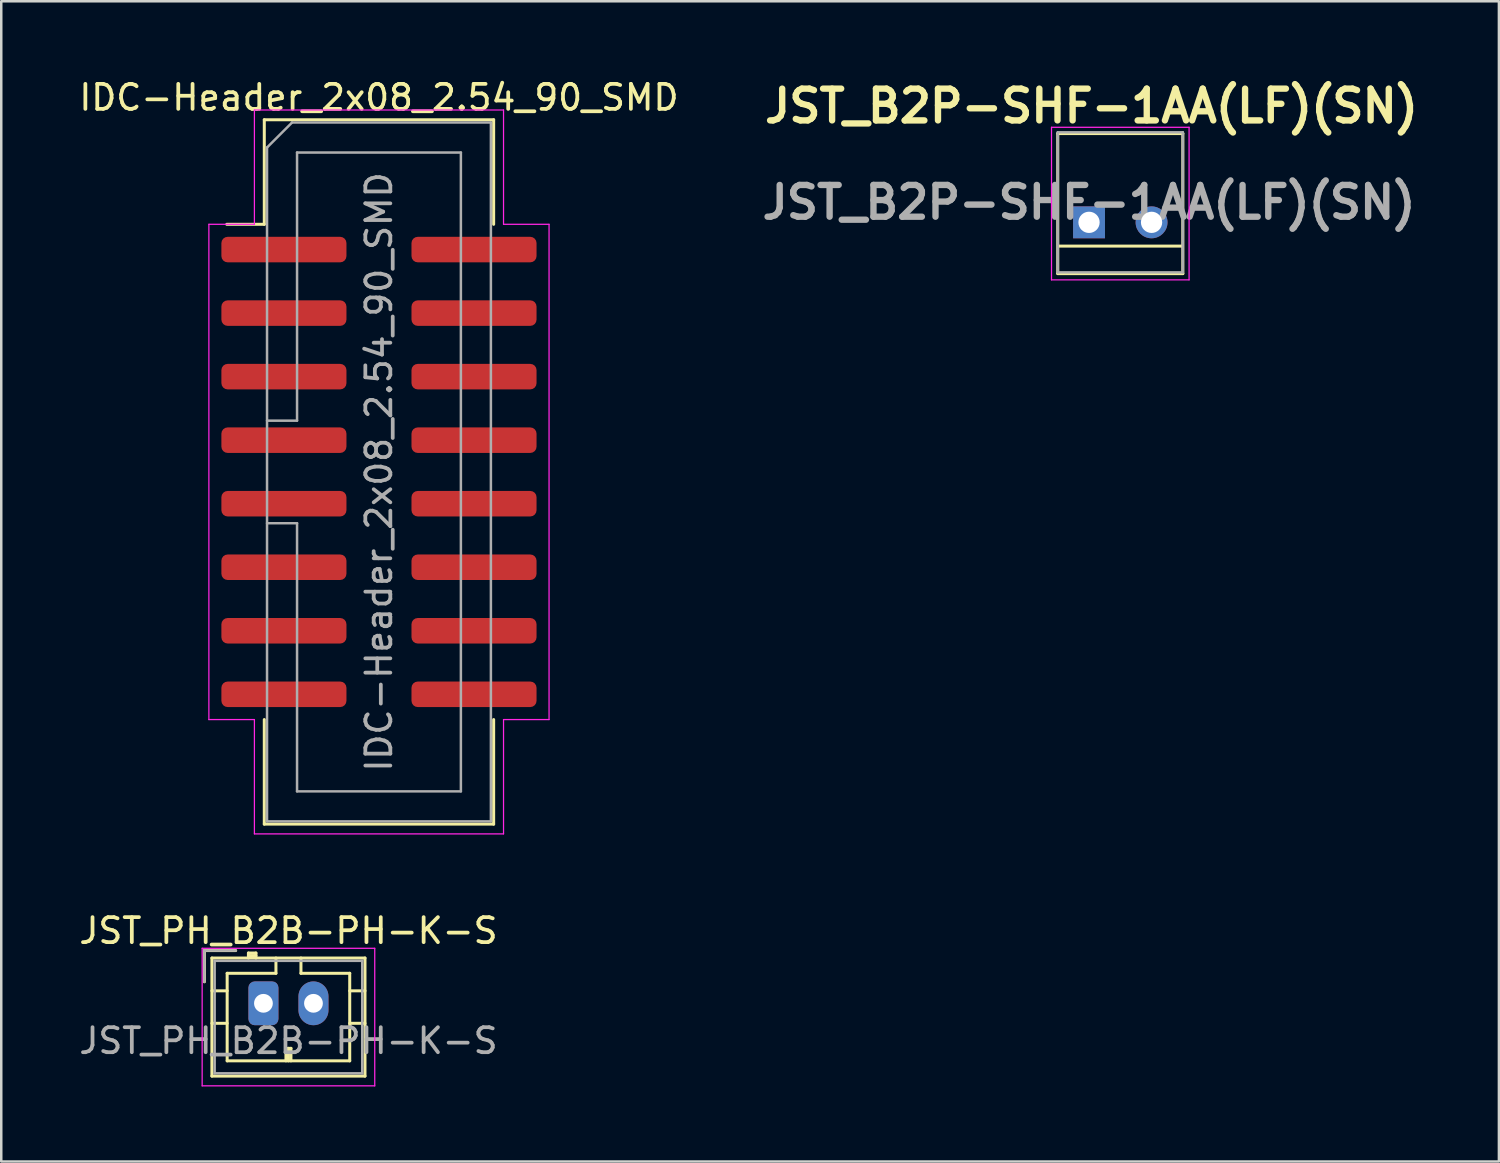
<source format=kicad_pcb>
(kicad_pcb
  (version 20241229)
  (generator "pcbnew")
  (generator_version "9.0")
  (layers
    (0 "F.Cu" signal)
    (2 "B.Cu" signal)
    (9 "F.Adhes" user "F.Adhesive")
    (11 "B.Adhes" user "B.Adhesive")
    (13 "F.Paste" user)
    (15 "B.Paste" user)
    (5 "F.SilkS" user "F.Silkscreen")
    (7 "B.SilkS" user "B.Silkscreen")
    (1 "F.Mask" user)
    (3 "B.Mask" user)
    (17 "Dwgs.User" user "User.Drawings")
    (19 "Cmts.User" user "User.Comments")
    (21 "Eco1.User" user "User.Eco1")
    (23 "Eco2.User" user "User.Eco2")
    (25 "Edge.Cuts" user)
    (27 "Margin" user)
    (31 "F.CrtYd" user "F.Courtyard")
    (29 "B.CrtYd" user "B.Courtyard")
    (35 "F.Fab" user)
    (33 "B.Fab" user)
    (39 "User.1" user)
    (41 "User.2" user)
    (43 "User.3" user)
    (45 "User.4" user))
  (footprint "JST_B2P-SHF-1AA(LF)(SN)"
    (layer "F.Cu")
    (at 40.489 5.839)
    (property "Reference" "JST_B2P-SHF-1AA(LF)(SN)" (at 0.1 -4.65 0) (layer "F.SilkS") (effects (font (size 1.27 1.27) (thickness 0.254))))
    (attr through_hole)
    (fp_line (start -1.25 -3.55) (end -1.25 2.05) (stroke (width 0.12) (type solid)) (layer "F.SilkS"))
    (fp_line (start -1.25 2.05) (end 3.75 2.05) (stroke (width 0.12) (type solid)) (layer "F.SilkS"))
    (fp_line (start -1.2 0.95) (end 3.7 0.95) (stroke (width 0.12) (type default)) (layer "F.SilkS"))
    (fp_line (start 3.75 -3.55) (end -1.25 -3.55) (stroke (width 0.12) (type solid)) (layer "F.SilkS"))
    (fp_line (start 3.75 2.05) (end 3.75 -3.55) (stroke (width 0.12) (type solid)) (layer "F.SilkS"))
    (fp_line (start -1.5 -3.8) (end 4 -3.8) (stroke (width 0.05) (type solid)) (layer "F.CrtYd"))
    (fp_line (start -1.5 2.3) (end -1.5 -3.8) (stroke (width 0.05) (type solid)) (layer "F.CrtYd"))
    (fp_line (start 4 -3.8) (end 4 2.3) (stroke (width 0.05) (type solid)) (layer "F.CrtYd"))
    (fp_line (start 4 2.3) (end -1.5 2.3) (stroke (width 0.05) (type solid)) (layer "F.CrtYd"))
    (fp_line (start -1.25 -3.6) (end 3.75 -3.6) (stroke (width 0.1) (type solid)) (layer "F.Fab"))
    (fp_line (start -1.25 2) (end -1.25 -3.6) (stroke (width 0.1) (type solid)) (layer "F.Fab"))
    (fp_line (start 3.75 -3.6) (end 3.75 2) (stroke (width 0.1) (type solid)) (layer "F.Fab"))
    (fp_line (start 3.75 2) (end -1.25 2) (stroke (width 0.1) (type solid)) (layer "F.Fab"))
    (fp_text user "${REFERENCE}" (at 0 -0.8 0) (layer "F.Fab") (effects (font (size 1.27 1.27) (thickness 0.254))))
    (pad "1" thru_hole rect (at 0 0) (size 1.275 1.275) (drill 0.85) (layers "*.Cu" "*.Mask"))
    (pad "2" thru_hole circle (at 2.5 0) (size 1.275 1.275) (drill 0.85) (layers "*.Cu" "*.Mask")))
  (footprint "IDC-Header_2x08_2.54_90_SMD"
    (layer "F.Cu")
    (at 12.101 15.818)
    (property "Reference" "IDC-Header_2x08_2.54_90_SMD" (at 0 -14.97 0) (layer "F.SilkS") (effects (font (size 1 1) (thickness 0.15))))
    (attr smd)
    (fp_line (start -4.585 -14.08) (end 4.585 -14.08) (stroke (width 0.12) (type solid)) (layer "F.SilkS"))
    (fp_line (start -4.585 -9.9) (end -6.085 -9.9) (stroke (width 0.12) (type solid)) (layer "F.SilkS"))
    (fp_line (start -4.585 -9.9) (end -4.585 -14.08) (stroke (width 0.12) (type solid)) (layer "F.SilkS"))
    (fp_line (start -4.585 9.9) (end -4.585 14.08) (stroke (width 0.12) (type solid)) (layer "F.SilkS"))
    (fp_line (start -4.585 14.08) (end 4.585 14.08) (stroke (width 0.12) (type solid)) (layer "F.SilkS"))
    (fp_line (start 4.585 -14.08) (end 4.585 -9.9) (stroke (width 0.12) (type solid)) (layer "F.SilkS"))
    (fp_line (start 4.585 14.08) (end 4.585 9.9) (stroke (width 0.12) (type solid)) (layer "F.SilkS"))
    (fp_line (start -6.8 -9.9) (end -6.8 9.9) (stroke (width 0.05) (type solid)) (layer "F.CrtYd"))
    (fp_line (start -6.8 9.9) (end -4.98 9.9) (stroke (width 0.05) (type solid)) (layer "F.CrtYd"))
    (fp_line (start -4.98 -14.47) (end -4.98 -9.9) (stroke (width 0.05) (type solid)) (layer "F.CrtYd"))
    (fp_line (start -4.98 -9.9) (end -6.8 -9.9) (stroke (width 0.05) (type solid)) (layer "F.CrtYd"))
    (fp_line (start -4.98 9.9) (end -4.98 14.47) (stroke (width 0.05) (type solid)) (layer "F.CrtYd"))
    (fp_line (start -4.98 14.47) (end 4.98 14.47) (stroke (width 0.05) (type solid)) (layer "F.CrtYd"))
    (fp_line (start 4.98 -14.47) (end -4.98 -14.47) (stroke (width 0.05) (type solid)) (layer "F.CrtYd"))
    (fp_line (start 4.98 -9.9) (end 4.98 -14.47) (stroke (width 0.05) (type solid)) (layer "F.CrtYd"))
    (fp_line (start 4.98 9.9) (end 6.8 9.9) (stroke (width 0.05) (type solid)) (layer "F.CrtYd"))
    (fp_line (start 4.98 14.47) (end 4.98 9.9) (stroke (width 0.05) (type solid)) (layer "F.CrtYd"))
    (fp_line (start 6.8 -9.9) (end 4.98 -9.9) (stroke (width 0.05) (type solid)) (layer "F.CrtYd"))
    (fp_line (start 6.8 9.9) (end 6.8 -9.9) (stroke (width 0.05) (type solid)) (layer "F.CrtYd"))
    (fp_line (start -4.475 -12.97) (end -3.475 -13.97) (stroke (width 0.1) (type solid)) (layer "F.Fab"))
    (fp_line (start -4.475 -2.05) (end -3.275 -2.05) (stroke (width 0.1) (type solid)) (layer "F.Fab"))
    (fp_line (start -4.475 13.97) (end -4.475 -12.97) (stroke (width 0.1) (type solid)) (layer "F.Fab"))
    (fp_line (start -3.475 -13.97) (end 4.475 -13.97) (stroke (width 0.1) (type solid)) (layer "F.Fab"))
    (fp_line (start -3.275 -12.77) (end 3.275 -12.77) (stroke (width 0.1) (type solid)) (layer "F.Fab"))
    (fp_line (start -3.275 -2.05) (end -3.275 -12.77) (stroke (width 0.1) (type solid)) (layer "F.Fab"))
    (fp_line (start -3.275 2.05) (end -4.475 2.05) (stroke (width 0.1) (type solid)) (layer "F.Fab"))
    (fp_line (start -3.275 12.77) (end -3.275 2.05) (stroke (width 0.1) (type solid)) (layer "F.Fab"))
    (fp_line (start 3.275 -12.77) (end 3.275 12.77) (stroke (width 0.1) (type solid)) (layer "F.Fab"))
    (fp_line (start 3.275 12.77) (end -3.275 12.77) (stroke (width 0.1) (type solid)) (layer "F.Fab"))
    (fp_line (start 4.475 -13.97) (end 4.475 13.97) (stroke (width 0.1) (type solid)) (layer "F.Fab"))
    (fp_line (start 4.475 13.97) (end -4.475 13.97) (stroke (width 0.1) (type solid)) (layer "F.Fab"))
    (fp_text user "${REFERENCE}" (at 0 0 90) (layer "F.Fab") (effects (font (size 1 1) (thickness 0.15))))
    (pad "1" smd roundrect (at -3.8 -8.89) (size 5 1.02) (layers "F.Cu" "F.Mask" "F.Paste") (roundrect_rratio 0.245))
    (pad "2" smd roundrect (at 3.8 -8.89) (size 5 1.02) (layers "F.Cu" "F.Mask" "F.Paste") (roundrect_rratio 0.245))
    (pad "3" smd roundrect (at -3.8 -6.35) (size 5 1.02) (layers "F.Cu" "F.Mask" "F.Paste") (roundrect_rratio 0.245))
    (pad "4" smd roundrect (at 3.8 -6.35) (size 5 1.02) (layers "F.Cu" "F.Mask" "F.Paste") (roundrect_rratio 0.245))
    (pad "5" smd roundrect (at -3.8 -3.81) (size 5 1.02) (layers "F.Cu" "F.Mask" "F.Paste") (roundrect_rratio 0.245))
    (pad "6" smd roundrect (at 3.8 -3.81) (size 5 1.02) (layers "F.Cu" "F.Mask" "F.Paste") (roundrect_rratio 0.245))
    (pad "7" smd roundrect (at -3.8 -1.27) (size 5 1.02) (layers "F.Cu" "F.Mask" "F.Paste") (roundrect_rratio 0.245))
    (pad "8" smd roundrect (at 3.8 -1.27) (size 5 1.02) (layers "F.Cu" "F.Mask" "F.Paste") (roundrect_rratio 0.245))
    (pad "9" smd roundrect (at -3.8 1.27) (size 5 1.02) (layers "F.Cu" "F.Mask" "F.Paste") (roundrect_rratio 0.245))
    (pad "10" smd roundrect (at 3.8 1.27) (size 5 1.02) (layers "F.Cu" "F.Mask" "F.Paste") (roundrect_rratio 0.245))
    (pad "11" smd roundrect (at -3.8 3.81) (size 5 1.02) (layers "F.Cu" "F.Mask" "F.Paste") (roundrect_rratio 0.245))
    (pad "12" smd roundrect (at 3.8 3.81) (size 5 1.02) (layers "F.Cu" "F.Mask" "F.Paste") (roundrect_rratio 0.245))
    (pad "13" smd roundrect (at -3.8 6.35) (size 5 1.02) (layers "F.Cu" "F.Mask" "F.Paste") (roundrect_rratio 0.245))
    (pad "14" smd roundrect (at 3.8 6.35) (size 5 1.02) (layers "F.Cu" "F.Mask" "F.Paste") (roundrect_rratio 0.245))
    (pad "15" smd roundrect (at -3.8 8.89) (size 5 1.02) (layers "F.Cu" "F.Mask" "F.Paste") (roundrect_rratio 0.245))
    (pad "16" smd roundrect (at 3.8 8.89) (size 5 1.02) (layers "F.Cu" "F.Mask" "F.Paste") (roundrect_rratio 0.245)))
  (footprint "JST_PH_B2B-PH-K-S"
    (layer "F.Cu")
    (at 7.482 37.062)
    (property "Reference" "JST_PH_B2B-PH-K-S" (at 1 -2.9 0) (layer "F.SilkS") (effects (font (size 1 1) (thickness 0.15))))
    (attr through_hole)
    (fp_line (start -2.36 -2.11) (end -2.36 -0.86) (stroke (width 0.12) (type solid)) (layer "F.SilkS"))
    (fp_line (start -2.06 -1.81) (end -2.06 2.91) (stroke (width 0.12) (type solid)) (layer "F.SilkS"))
    (fp_line (start -2.06 -0.5) (end -1.45 -0.5) (stroke (width 0.12) (type solid)) (layer "F.SilkS"))
    (fp_line (start -2.06 0.8) (end -1.45 0.8) (stroke (width 0.12) (type solid)) (layer "F.SilkS"))
    (fp_line (start -2.06 2.91) (end 4.06 2.91) (stroke (width 0.12) (type solid)) (layer "F.SilkS"))
    (fp_line (start -1.45 -1.2) (end -1.45 2.3) (stroke (width 0.12) (type solid)) (layer "F.SilkS"))
    (fp_line (start -1.45 2.3) (end 3.45 2.3) (stroke (width 0.12) (type solid)) (layer "F.SilkS"))
    (fp_line (start -1.11 -2.11) (end -2.36 -2.11) (stroke (width 0.12) (type solid)) (layer "F.SilkS"))
    (fp_line (start -0.6 -2.01) (end -0.6 -1.81) (stroke (width 0.12) (type solid)) (layer "F.SilkS"))
    (fp_line (start -0.3 -2.01) (end -0.6 -2.01) (stroke (width 0.12) (type solid)) (layer "F.SilkS"))
    (fp_line (start -0.3 -1.91) (end -0.6 -1.91) (stroke (width 0.12) (type solid)) (layer "F.SilkS"))
    (fp_line (start -0.3 -1.81) (end -0.3 -2.01) (stroke (width 0.12) (type solid)) (layer "F.SilkS"))
    (fp_line (start 0.5 -1.81) (end 0.5 -1.2) (stroke (width 0.12) (type solid)) (layer "F.SilkS"))
    (fp_line (start 0.5 -1.2) (end -1.45 -1.2) (stroke (width 0.12) (type solid)) (layer "F.SilkS"))
    (fp_line (start 0.9 1.8) (end 1.1 1.8) (stroke (width 0.12) (type solid)) (layer "F.SilkS"))
    (fp_line (start 0.9 2.3) (end 0.9 1.8) (stroke (width 0.12) (type solid)) (layer "F.SilkS"))
    (fp_line (start 1 2.3) (end 1 1.8) (stroke (width 0.12) (type solid)) (layer "F.SilkS"))
    (fp_line (start 1.1 1.8) (end 1.1 2.3) (stroke (width 0.12) (type solid)) (layer "F.SilkS"))
    (fp_line (start 1.5 -1.2) (end 1.5 -1.81) (stroke (width 0.12) (type solid)) (layer "F.SilkS"))
    (fp_line (start 3.45 -1.2) (end 1.5 -1.2) (stroke (width 0.12) (type solid)) (layer "F.SilkS"))
    (fp_line (start 3.45 2.3) (end 3.45 -1.2) (stroke (width 0.12) (type solid)) (layer "F.SilkS"))
    (fp_line (start 4.06 -1.81) (end -2.06 -1.81) (stroke (width 0.12) (type solid)) (layer "F.SilkS"))
    (fp_line (start 4.06 -0.5) (end 3.45 -0.5) (stroke (width 0.12) (type solid)) (layer "F.SilkS"))
    (fp_line (start 4.06 0.8) (end 3.45 0.8) (stroke (width 0.12) (type solid)) (layer "F.SilkS"))
    (fp_line (start 4.06 2.91) (end 4.06 -1.81) (stroke (width 0.12) (type solid)) (layer "F.SilkS"))
    (fp_line (start -2.45 -2.2) (end -2.45 3.3) (stroke (width 0.05) (type solid)) (layer "F.CrtYd"))
    (fp_line (start -2.45 3.3) (end 4.45 3.3) (stroke (width 0.05) (type solid)) (layer "F.CrtYd"))
    (fp_line (start 4.45 -2.2) (end -2.45 -2.2) (stroke (width 0.05) (type solid)) (layer "F.CrtYd"))
    (fp_line (start 4.45 3.3) (end 4.45 -2.2) (stroke (width 0.05) (type solid)) (layer "F.CrtYd"))
    (fp_line (start -2.36 -2.11) (end -2.36 -0.86) (stroke (width 0.1) (type solid)) (layer "F.Fab"))
    (fp_line (start -1.95 -1.7) (end -1.95 2.8) (stroke (width 0.1) (type solid)) (layer "F.Fab"))
    (fp_line (start -1.95 2.8) (end 3.95 2.8) (stroke (width 0.1) (type solid)) (layer "F.Fab"))
    (fp_line (start -1.11 -2.11) (end -2.36 -2.11) (stroke (width 0.1) (type solid)) (layer "F.Fab"))
    (fp_line (start 3.95 -1.7) (end -1.95 -1.7) (stroke (width 0.1) (type solid)) (layer "F.Fab"))
    (fp_line (start 3.95 2.8) (end 3.95 -1.7) (stroke (width 0.1) (type solid)) (layer "F.Fab"))
    (fp_text user "${REFERENCE}" (at 1 1.5 0) (layer "F.Fab") (effects (font (size 1 1) (thickness 0.15))))
    (pad "1" thru_hole roundrect (at 0 0) (size 1.2 1.75) (drill 0.75) (layers "*.Cu" "*.Mask") (roundrect_rratio 0.208))
    (pad "2" thru_hole oval (at 2 0) (size 1.2 1.75) (drill 0.75) (layers "*.Cu" "*.Mask")))
  (gr_rect
    (start -3 -3)
    (end 56.876 43.386)
    (stroke (width 0.1) (type default))
    (fill no)
    (layer "Edge.Cuts")))
</source>
